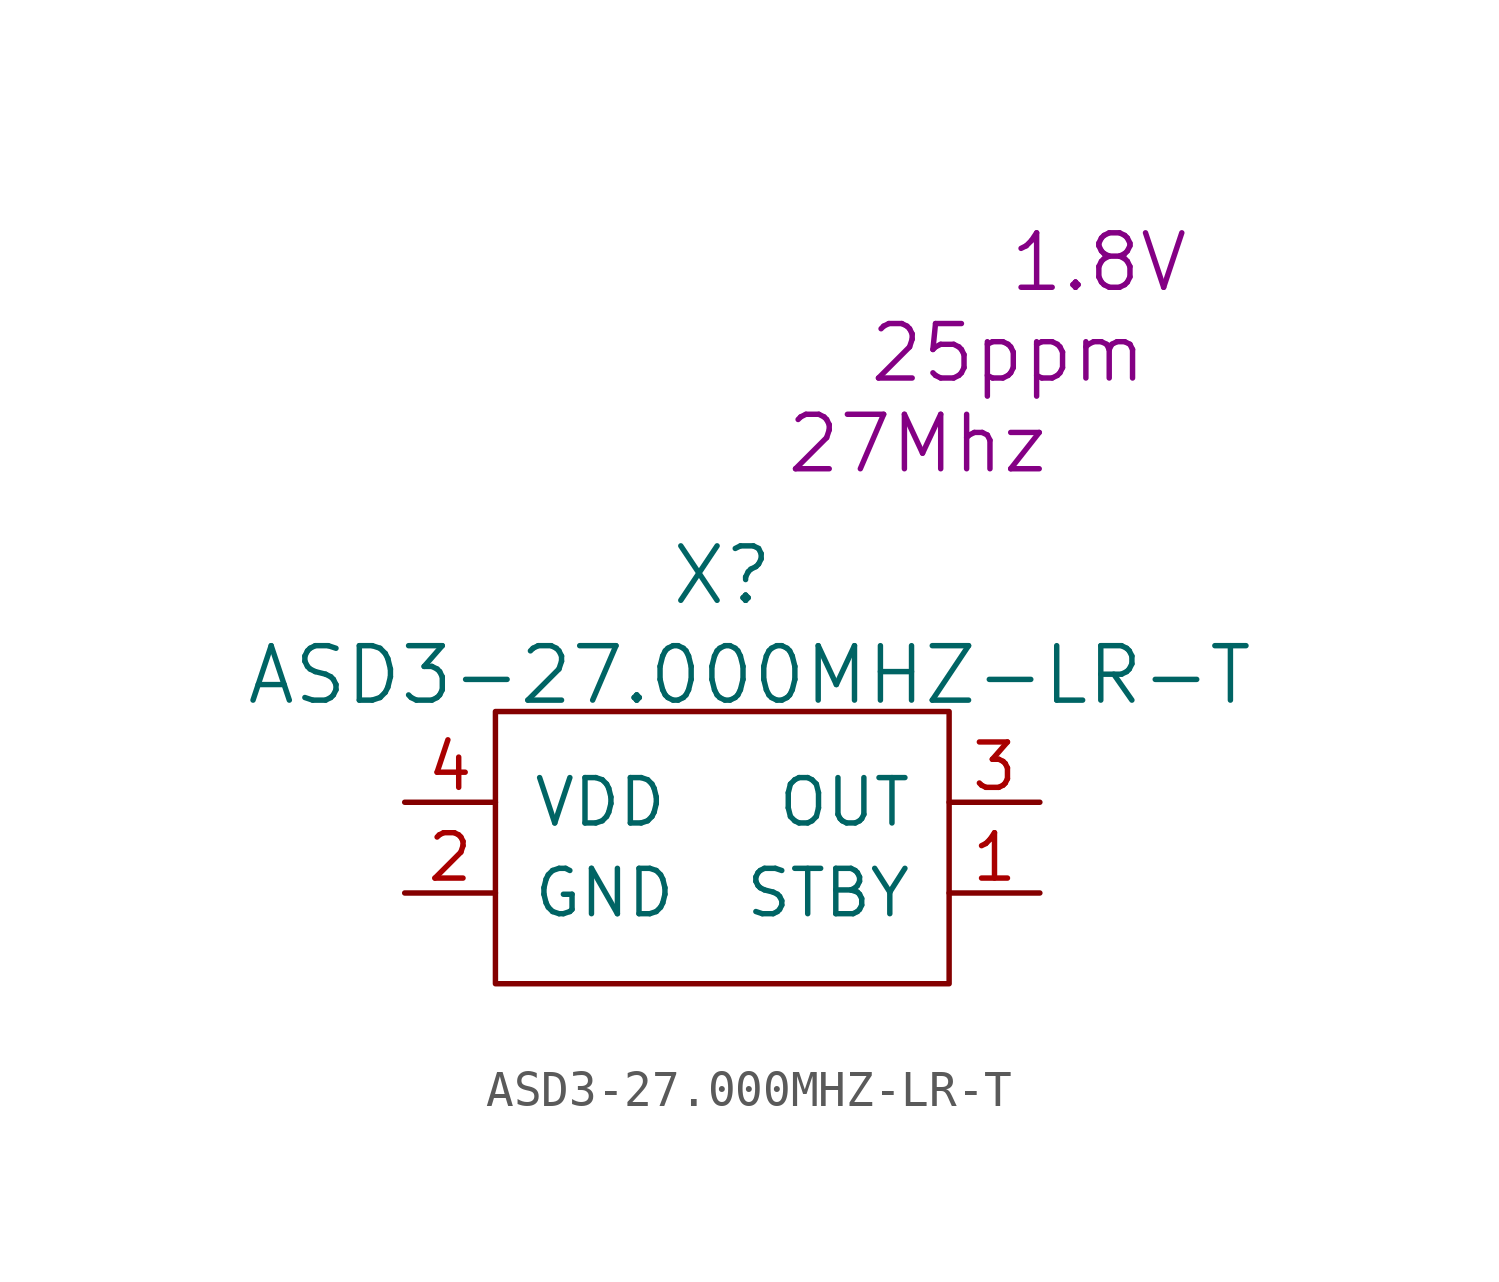
<source format=kicad_sym>
(kicad_symbol_lib
  (version 20220914)
  (generator kicad_symbol_editor)
  (symbol "ASD3-27.000MHZ-LR-T"
    (pin_names
      (offset 1.016))
    (property "Reference" "X"
      (at 6.35 11.43 0)
      (effects (font (size 1.524 1.524))))
    (property "Value" "ASD3-27.000MHZ-LR-T"
      (at 7.112 8.636 0)
      (effects (font (size 1.524 1.524))))
    (property "Frequency" "27Mhz"
      (at 11.811 15.113 0)
      (effects (font (size 1.524 1.524))))
    (property "Tolerance" "25ppm"
      (at 14.351 17.653 0)
      (effects (font (size 1.524 1.524))))
    (property "Voltage" "1.8V"
      (at 16.891 20.193 0)
      (effects (font (size 1.524 1.524))))
    (symbol "ASD3-27.000MHZ-LR-T_0_0"
      (rectangle (start 0 0) (end 12.7 7.62) (stroke (width 0) (type solid)) (fill (type none))))
    (symbol "ASD3-27.000MHZ-LR-T_1_1"
      (pin input line (at 15.24 2.54 180) (length 2.54) (name "STBY" (effects (font (size 1.27 1.27)))) (number "1" (effects (font (size 1.27 1.27)))))
      (pin power_in line (at -2.54 2.54 0) (length 2.54) (name "GND" (effects (font (size 1.27 1.27)))) (number "2" (effects (font (size 1.27 1.27)))))
      (pin output line (at 15.24 5.08 180) (length 2.54) (name "OUT" (effects (font (size 1.27 1.27)))) (number "3" (effects (font (size 1.27 1.27)))))
      (pin power_in line (at -2.54 5.08 0) (length 2.54) (name "VDD" (effects (font (size 1.27 1.27)))) (number "4" (effects (font (size 1.27 1.27))))))))
</source>
